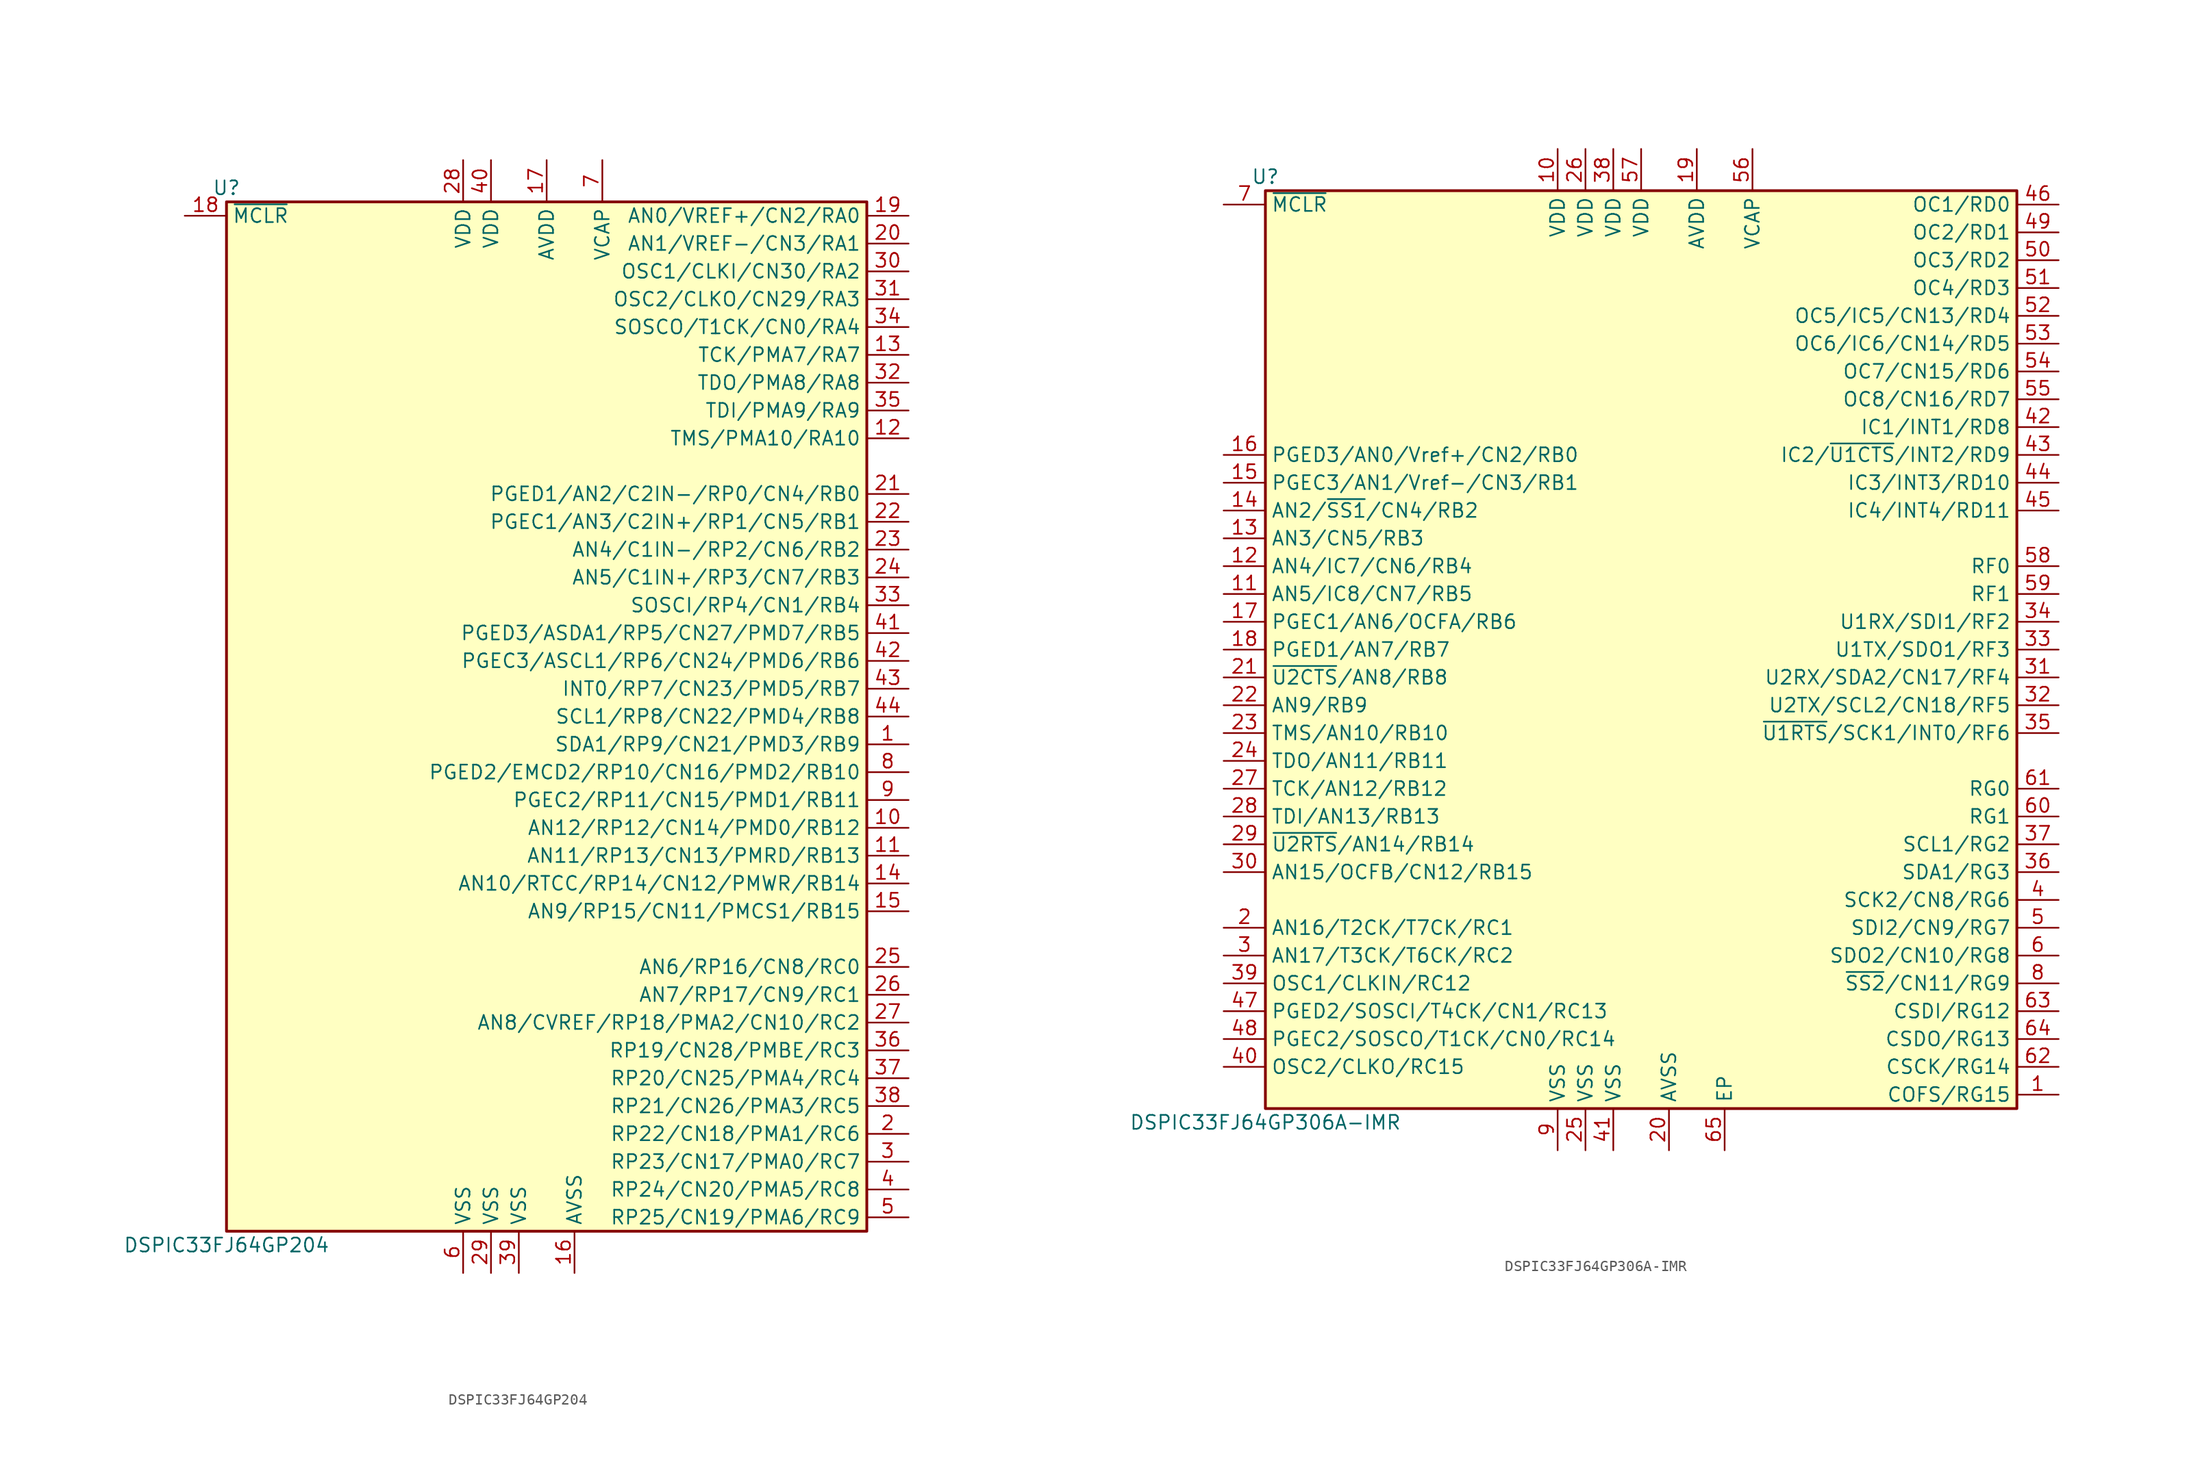
<source format=kicad_sym>
(kicad_symbol_lib
  (version 20241209)
  (generator "kicad_symbol_editor")
  (generator_version "9.0")
  (symbol "DSPIC33FJ64GP204"
    (property "Reference" "U"
      (at -29.21 48.26 0)
      (effects (font (size 1.27 1.27))))
    (property "Value" "DSPIC33FJ64GP204"
      (at -29.21 -48.26 0)
      (effects (font (size 1.27 1.27))))
    (symbol "DSPIC33FJ64GP204_1_1"
      (rectangle (start -29.21 46.99) (end 29.21 -46.99) (stroke (width 0.254) (type default)) (fill (type background)))
      (pin input line (at -33.02 45.72 0) (length 3.81) (name "~{MCLR}" (effects (font (size 1.27 1.27)))) (number "18" (effects (font (size 1.27 1.27)))))
      (pin power_in line (at -7.62 50.8 270) (length 3.81) (name "VDD" (effects (font (size 1.27 1.27)))) (number "28" (effects (font (size 1.27 1.27)))))
      (pin power_in line (at -7.62 -50.8 90) (length 3.81) (name "VSS" (effects (font (size 1.27 1.27)))) (number "6" (effects (font (size 1.27 1.27)))))
      (pin power_in line (at -5.08 50.8 270) (length 3.81) (name "VDD" (effects (font (size 1.27 1.27)))) (number "40" (effects (font (size 1.27 1.27)))))
      (pin power_in line (at -5.08 -50.8 90) (length 3.81) (name "VSS" (effects (font (size 1.27 1.27)))) (number "29" (effects (font (size 1.27 1.27)))))
      (pin power_in line (at -2.54 -50.8 90) (length 3.81) (name "VSS" (effects (font (size 1.27 1.27)))) (number "39" (effects (font (size 1.27 1.27)))))
      (pin power_in line (at 0 50.8 270) (length 3.81) (name "AVDD" (effects (font (size 1.27 1.27)))) (number "17" (effects (font (size 1.27 1.27)))))
      (pin power_in line (at 2.54 -50.8 90) (length 3.81) (name "AVSS" (effects (font (size 1.27 1.27)))) (number "16" (effects (font (size 1.27 1.27)))))
      (pin power_in line (at 5.08 50.8 270) (length 3.81) (name "VCAP" (effects (font (size 1.27 1.27)))) (number "7" (effects (font (size 1.27 1.27)))))
      (pin bidirectional line (at 33.02 45.72 180) (length 3.81) (name "AN0/VREF+/CN2/RA0" (effects (font (size 1.27 1.27)))) (number "19" (effects (font (size 1.27 1.27)))))
      (pin bidirectional line (at 33.02 43.18 180) (length 3.81) (name "AN1/VREF-/CN3/RA1" (effects (font (size 1.27 1.27)))) (number "20" (effects (font (size 1.27 1.27)))))
      (pin input line (at 33.02 40.64 180) (length 3.81) (name "OSC1/CLKI/CN30/RA2" (effects (font (size 1.27 1.27)))) (number "30" (effects (font (size 1.27 1.27)))))
      (pin input line (at 33.02 38.1 180) (length 3.81) (name "OSC2/CLKO/CN29/RA3" (effects (font (size 1.27 1.27)))) (number "31" (effects (font (size 1.27 1.27)))))
      (pin input line (at 33.02 35.56 180) (length 3.81) (name "SOSCO/T1CK/CN0/RA4" (effects (font (size 1.27 1.27)))) (number "34" (effects (font (size 1.27 1.27)))))
      (pin bidirectional line (at 33.02 33.02 180) (length 3.81) (name "TCK/PMA7/RA7" (effects (font (size 1.27 1.27)))) (number "13" (effects (font (size 1.27 1.27)))))
      (pin input line (at 33.02 30.48 180) (length 3.81) (name "TDO/PMA8/RA8" (effects (font (size 1.27 1.27)))) (number "32" (effects (font (size 1.27 1.27)))))
      (pin input line (at 33.02 27.94 180) (length 3.81) (name "TDI/PMA9/RA9" (effects (font (size 1.27 1.27)))) (number "35" (effects (font (size 1.27 1.27)))))
      (pin bidirectional line (at 33.02 25.4 180) (length 3.81) (name "TMS/PMA10/RA10" (effects (font (size 1.27 1.27)))) (number "12" (effects (font (size 1.27 1.27)))))
      (pin bidirectional line (at 33.02 20.32 180) (length 3.81) (name "PGED1/AN2/C2IN-/RP0/CN4/RB0" (effects (font (size 1.27 1.27)))) (number "21" (effects (font (size 1.27 1.27)))))
      (pin bidirectional line (at 33.02 17.78 180) (length 3.81) (name "PGEC1/AN3/C2IN+/RP1/CN5/RB1" (effects (font (size 1.27 1.27)))) (number "22" (effects (font (size 1.27 1.27)))))
      (pin bidirectional line (at 33.02 15.24 180) (length 3.81) (name "AN4/C1IN-/RP2/CN6/RB2" (effects (font (size 1.27 1.27)))) (number "23" (effects (font (size 1.27 1.27)))))
      (pin bidirectional line (at 33.02 12.7 180) (length 3.81) (name "AN5/C1IN+/RP3/CN7/RB3" (effects (font (size 1.27 1.27)))) (number "24" (effects (font (size 1.27 1.27)))))
      (pin input line (at 33.02 10.16 180) (length 3.81) (name "SOSCI/RP4/CN1/RB4" (effects (font (size 1.27 1.27)))) (number "33" (effects (font (size 1.27 1.27)))))
      (pin input line (at 33.02 7.62 180) (length 3.81) (name "PGED3/ASDA1/RP5/CN27/PMD7/RB5" (effects (font (size 1.27 1.27)))) (number "41" (effects (font (size 1.27 1.27)))))
      (pin input line (at 33.02 5.08 180) (length 3.81) (name "PGEC3/ASCL1/RP6/CN24/PMD6/RB6" (effects (font (size 1.27 1.27)))) (number "42" (effects (font (size 1.27 1.27)))))
      (pin input line (at 33.02 2.54 180) (length 3.81) (name "INT0/RP7/CN23/PMD5/RB7" (effects (font (size 1.27 1.27)))) (number "43" (effects (font (size 1.27 1.27)))))
      (pin input line (at 33.02 0 180) (length 3.81) (name "SCL1/RP8/CN22/PMD4/RB8" (effects (font (size 1.27 1.27)))) (number "44" (effects (font (size 1.27 1.27)))))
      (pin bidirectional line (at 33.02 -2.54 180) (length 3.81) (name "SDA1/RP9/CN21/PMD3/RB9" (effects (font (size 1.27 1.27)))) (number "1" (effects (font (size 1.27 1.27)))))
      (pin bidirectional line (at 33.02 -5.08 180) (length 3.81) (name "PGED2/EMCD2/RP10/CN16/PMD2/RB10" (effects (font (size 1.27 1.27)))) (number "8" (effects (font (size 1.27 1.27)))))
      (pin bidirectional line (at 33.02 -7.62 180) (length 3.81) (name "PGEC2/RP11/CN15/PMD1/RB11" (effects (font (size 1.27 1.27)))) (number "9" (effects (font (size 1.27 1.27)))))
      (pin bidirectional line (at 33.02 -10.16 180) (length 3.81) (name "AN12/RP12/CN14/PMD0/RB12" (effects (font (size 1.27 1.27)))) (number "10" (effects (font (size 1.27 1.27)))))
      (pin bidirectional line (at 33.02 -12.7 180) (length 3.81) (name "AN11/RP13/CN13/PMRD/RB13" (effects (font (size 1.27 1.27)))) (number "11" (effects (font (size 1.27 1.27)))))
      (pin bidirectional line (at 33.02 -15.24 180) (length 3.81) (name "AN10/RTCC/RP14/CN12/PMWR/RB14" (effects (font (size 1.27 1.27)))) (number "14" (effects (font (size 1.27 1.27)))))
      (pin bidirectional line (at 33.02 -17.78 180) (length 3.81) (name "AN9/RP15/CN11/PMCS1/RB15" (effects (font (size 1.27 1.27)))) (number "15" (effects (font (size 1.27 1.27)))))
      (pin bidirectional line (at 33.02 -22.86 180) (length 3.81) (name "AN6/RP16/CN8/RC0" (effects (font (size 1.27 1.27)))) (number "25" (effects (font (size 1.27 1.27)))))
      (pin bidirectional line (at 33.02 -25.4 180) (length 3.81) (name "AN7/RP17/CN9/RC1" (effects (font (size 1.27 1.27)))) (number "26" (effects (font (size 1.27 1.27)))))
      (pin bidirectional line (at 33.02 -27.94 180) (length 3.81) (name "AN8/CVREF/RP18/PMA2/CN10/RC2" (effects (font (size 1.27 1.27)))) (number "27" (effects (font (size 1.27 1.27)))))
      (pin input line (at 33.02 -30.48 180) (length 3.81) (name "RP19/CN28/PMBE/RC3" (effects (font (size 1.27 1.27)))) (number "36" (effects (font (size 1.27 1.27)))))
      (pin input line (at 33.02 -33.02 180) (length 3.81) (name "RP20/CN25/PMA4/RC4" (effects (font (size 1.27 1.27)))) (number "37" (effects (font (size 1.27 1.27)))))
      (pin input line (at 33.02 -35.56 180) (length 3.81) (name "RP21/CN26/PMA3/RC5" (effects (font (size 1.27 1.27)))) (number "38" (effects (font (size 1.27 1.27)))))
      (pin bidirectional line (at 33.02 -38.1 180) (length 3.81) (name "RP22/CN18/PMA1/RC6" (effects (font (size 1.27 1.27)))) (number "2" (effects (font (size 1.27 1.27)))))
      (pin bidirectional line (at 33.02 -40.64 180) (length 3.81) (name "RP23/CN17/PMA0/RC7" (effects (font (size 1.27 1.27)))) (number "3" (effects (font (size 1.27 1.27)))))
      (pin bidirectional line (at 33.02 -43.18 180) (length 3.81) (name "RP24/CN20/PMA5/RC8" (effects (font (size 1.27 1.27)))) (number "4" (effects (font (size 1.27 1.27)))))
      (pin bidirectional line (at 33.02 -45.72 180) (length 3.81) (name "RP25/CN19/PMA6/RC9" (effects (font (size 1.27 1.27)))) (number "5" (effects (font (size 1.27 1.27)))))))
  (symbol "DSPIC33FJ64GP306A-IMR"
    (property "Reference" "U"
      (at -34.29 43.18 0)
      (effects (font (size 1.27 1.27))))
    (property "Value" "DSPIC33FJ64GP306A-IMR"
      (at -34.29 -43.18 0)
      (effects (font (size 1.27 1.27))))
    (symbol "DSPIC33FJ64GP306A-IMR_1_1"
      (rectangle (start -34.29 41.91) (end 34.29 -41.91) (stroke (width 0.254) (type default)) (fill (type background)))
      (pin input line (at -38.1 40.64 0) (length 3.81) (name "~{MCLR}" (effects (font (size 1.27 1.27)))) (number "7" (effects (font (size 1.27 1.27)))))
      (pin bidirectional line (at -38.1 17.78 0) (length 3.81) (name "PGED3/AN0/Vref+/CN2/RB0" (effects (font (size 1.27 1.27)))) (number "16" (effects (font (size 1.27 1.27)))))
      (pin bidirectional line (at -38.1 15.24 0) (length 3.81) (name "PGEC3/AN1/Vref-/CN3/RB1" (effects (font (size 1.27 1.27)))) (number "15" (effects (font (size 1.27 1.27)))))
      (pin bidirectional line (at -38.1 12.7 0) (length 3.81) (name "AN2/~{SS1}/CN4/RB2" (effects (font (size 1.27 1.27)))) (number "14" (effects (font (size 1.27 1.27)))))
      (pin bidirectional line (at -38.1 10.16 0) (length 3.81) (name "AN3/CN5/RB3" (effects (font (size 1.27 1.27)))) (number "13" (effects (font (size 1.27 1.27)))))
      (pin input line (at -38.1 7.62 0) (length 3.81) (name "AN4/IC7/CN6/RB4" (effects (font (size 1.27 1.27)))) (number "12" (effects (font (size 1.27 1.27)))))
      (pin input line (at -38.1 5.08 0) (length 3.81) (name "AN5/IC8/CN7/RB5" (effects (font (size 1.27 1.27)))) (number "11" (effects (font (size 1.27 1.27)))))
      (pin input line (at -38.1 2.54 0) (length 3.81) (name "PGEC1/AN6/OCFA/RB6" (effects (font (size 1.27 1.27)))) (number "17" (effects (font (size 1.27 1.27)))))
      (pin input line (at -38.1 0 0) (length 3.81) (name "PGED1/AN7/RB7" (effects (font (size 1.27 1.27)))) (number "18" (effects (font (size 1.27 1.27)))))
      (pin input line (at -38.1 -2.54 0) (length 3.81) (name "~{U2CTS}/AN8/RB8" (effects (font (size 1.27 1.27)))) (number "21" (effects (font (size 1.27 1.27)))))
      (pin bidirectional line (at -38.1 -5.08 0) (length 3.81) (name "AN9/RB9" (effects (font (size 1.27 1.27)))) (number "22" (effects (font (size 1.27 1.27)))))
      (pin bidirectional line (at -38.1 -7.62 0) (length 3.81) (name "TMS/AN10/RB10" (effects (font (size 1.27 1.27)))) (number "23" (effects (font (size 1.27 1.27)))))
      (pin bidirectional line (at -38.1 -10.16 0) (length 3.81) (name "TDO/AN11/RB11" (effects (font (size 1.27 1.27)))) (number "24" (effects (font (size 1.27 1.27)))))
      (pin bidirectional line (at -38.1 -12.7 0) (length 3.81) (name "TCK/AN12/RB12" (effects (font (size 1.27 1.27)))) (number "27" (effects (font (size 1.27 1.27)))))
      (pin bidirectional line (at -38.1 -15.24 0) (length 3.81) (name "TDI/AN13/RB13" (effects (font (size 1.27 1.27)))) (number "28" (effects (font (size 1.27 1.27)))))
      (pin bidirectional line (at -38.1 -17.78 0) (length 3.81) (name "~{U2RTS}/AN14/RB14" (effects (font (size 1.27 1.27)))) (number "29" (effects (font (size 1.27 1.27)))))
      (pin bidirectional line (at -38.1 -20.32 0) (length 3.81) (name "AN15/OCFB/CN12/RB15" (effects (font (size 1.27 1.27)))) (number "30" (effects (font (size 1.27 1.27)))))
      (pin bidirectional line (at -38.1 -25.4 0) (length 3.81) (name "AN16/T2CK/T7CK/RC1" (effects (font (size 1.27 1.27)))) (number "2" (effects (font (size 1.27 1.27)))))
      (pin bidirectional line (at -38.1 -27.94 0) (length 3.81) (name "AN17/T3CK/T6CK/RC2" (effects (font (size 1.27 1.27)))) (number "3" (effects (font (size 1.27 1.27)))))
      (pin bidirectional line (at -38.1 -30.48 0) (length 3.81) (name "OSC1/CLKIN/RC12" (effects (font (size 1.27 1.27)))) (number "39" (effects (font (size 1.27 1.27)))))
      (pin bidirectional line (at -38.1 -33.02 0) (length 3.81) (name "PGED2/SOSCI/T4CK/CN1/RC13" (effects (font (size 1.27 1.27)))) (number "47" (effects (font (size 1.27 1.27)))))
      (pin bidirectional line (at -38.1 -35.56 0) (length 3.81) (name "PGEC2/SOSCO/T1CK/CN0/RC14" (effects (font (size 1.27 1.27)))) (number "48" (effects (font (size 1.27 1.27)))))
      (pin bidirectional line (at -38.1 -38.1 0) (length 3.81) (name "OSC2/CLKO/RC15" (effects (font (size 1.27 1.27)))) (number "40" (effects (font (size 1.27 1.27)))))
      (pin power_in line (at -7.62 45.72 270) (length 3.81) (name "VDD" (effects (font (size 1.27 1.27)))) (number "10" (effects (font (size 1.27 1.27)))))
      (pin power_in line (at -7.62 -45.72 90) (length 3.81) (name "VSS" (effects (font (size 1.27 1.27)))) (number "9" (effects (font (size 1.27 1.27)))))
      (pin power_in line (at -5.08 45.72 270) (length 3.81) (name "VDD" (effects (font (size 1.27 1.27)))) (number "26" (effects (font (size 1.27 1.27)))))
      (pin power_in line (at -5.08 -45.72 90) (length 3.81) (name "VSS" (effects (font (size 1.27 1.27)))) (number "25" (effects (font (size 1.27 1.27)))))
      (pin power_in line (at -2.54 45.72 270) (length 3.81) (name "VDD" (effects (font (size 1.27 1.27)))) (number "38" (effects (font (size 1.27 1.27)))))
      (pin power_in line (at -2.54 -45.72 90) (length 3.81) (name "VSS" (effects (font (size 1.27 1.27)))) (number "41" (effects (font (size 1.27 1.27)))))
      (pin power_in line (at 0 45.72 270) (length 3.81) (name "VDD" (effects (font (size 1.27 1.27)))) (number "57" (effects (font (size 1.27 1.27)))))
      (pin power_in line (at 2.54 -45.72 90) (length 3.81) (name "AVSS" (effects (font (size 1.27 1.27)))) (number "20" (effects (font (size 1.27 1.27)))))
      (pin power_in line (at 5.08 45.72 270) (length 3.81) (name "AVDD" (effects (font (size 1.27 1.27)))) (number "19" (effects (font (size 1.27 1.27)))))
      (pin power_in line (at 7.62 -45.72 90) (length 3.81) (name "EP" (effects (font (size 1.27 1.27)))) (number "65" (effects (font (size 1.27 1.27)))))
      (pin power_in line (at 10.16 45.72 270) (length 3.81) (name "VCAP" (effects (font (size 1.27 1.27)))) (number "56" (effects (font (size 1.27 1.27)))))
      (pin bidirectional line (at 38.1 40.64 180) (length 3.81) (name "OC1/RD0" (effects (font (size 1.27 1.27)))) (number "46" (effects (font (size 1.27 1.27)))))
      (pin bidirectional line (at 38.1 38.1 180) (length 3.81) (name "OC2/RD1" (effects (font (size 1.27 1.27)))) (number "49" (effects (font (size 1.27 1.27)))))
      (pin bidirectional line (at 38.1 35.56 180) (length 3.81) (name "OC3/RD2" (effects (font (size 1.27 1.27)))) (number "50" (effects (font (size 1.27 1.27)))))
      (pin bidirectional line (at 38.1 33.02 180) (length 3.81) (name "OC4/RD3" (effects (font (size 1.27 1.27)))) (number "51" (effects (font (size 1.27 1.27)))))
      (pin bidirectional line (at 38.1 30.48 180) (length 3.81) (name "OC5/IC5/CN13/RD4" (effects (font (size 1.27 1.27)))) (number "52" (effects (font (size 1.27 1.27)))))
      (pin bidirectional line (at 38.1 27.94 180) (length 3.81) (name "OC6/IC6/CN14/RD5" (effects (font (size 1.27 1.27)))) (number "53" (effects (font (size 1.27 1.27)))))
      (pin bidirectional line (at 38.1 25.4 180) (length 3.81) (name "OC7/CN15/RD6" (effects (font (size 1.27 1.27)))) (number "54" (effects (font (size 1.27 1.27)))))
      (pin bidirectional line (at 38.1 22.86 180) (length 3.81) (name "OC8/CN16/RD7" (effects (font (size 1.27 1.27)))) (number "55" (effects (font (size 1.27 1.27)))))
      (pin bidirectional line (at 38.1 20.32 180) (length 3.81) (name "IC1/INT1/RD8" (effects (font (size 1.27 1.27)))) (number "42" (effects (font (size 1.27 1.27)))))
      (pin bidirectional line (at 38.1 17.78 180) (length 3.81) (name "IC2/~{U1CTS}/INT2/RD9" (effects (font (size 1.27 1.27)))) (number "43" (effects (font (size 1.27 1.27)))))
      (pin bidirectional line (at 38.1 15.24 180) (length 3.81) (name "IC3/INT3/RD10" (effects (font (size 1.27 1.27)))) (number "44" (effects (font (size 1.27 1.27)))))
      (pin bidirectional line (at 38.1 12.7 180) (length 3.81) (name "IC4/INT4/RD11" (effects (font (size 1.27 1.27)))) (number "45" (effects (font (size 1.27 1.27)))))
      (pin bidirectional line (at 38.1 7.62 180) (length 3.81) (name "RF0" (effects (font (size 1.27 1.27)))) (number "58" (effects (font (size 1.27 1.27)))))
      (pin bidirectional line (at 38.1 5.08 180) (length 3.81) (name "RF1" (effects (font (size 1.27 1.27)))) (number "59" (effects (font (size 1.27 1.27)))))
      (pin bidirectional line (at 38.1 2.54 180) (length 3.81) (name "U1RX/SDI1/RF2" (effects (font (size 1.27 1.27)))) (number "34" (effects (font (size 1.27 1.27)))))
      (pin bidirectional line (at 38.1 0 180) (length 3.81) (name "U1TX/SDO1/RF3" (effects (font (size 1.27 1.27)))) (number "33" (effects (font (size 1.27 1.27)))))
      (pin bidirectional line (at 38.1 -2.54 180) (length 3.81) (name "U2RX/SDA2/CN17/RF4" (effects (font (size 1.27 1.27)))) (number "31" (effects (font (size 1.27 1.27)))))
      (pin bidirectional line (at 38.1 -5.08 180) (length 3.81) (name "U2TX/SCL2/CN18/RF5" (effects (font (size 1.27 1.27)))) (number "32" (effects (font (size 1.27 1.27)))))
      (pin bidirectional line (at 38.1 -7.62 180) (length 3.81) (name "~{U1RTS}/SCK1/INT0/RF6" (effects (font (size 1.27 1.27)))) (number "35" (effects (font (size 1.27 1.27)))))
      (pin bidirectional line (at 38.1 -12.7 180) (length 3.81) (name "RG0" (effects (font (size 1.27 1.27)))) (number "61" (effects (font (size 1.27 1.27)))))
      (pin bidirectional line (at 38.1 -15.24 180) (length 3.81) (name "RG1" (effects (font (size 1.27 1.27)))) (number "60" (effects (font (size 1.27 1.27)))))
      (pin bidirectional line (at 38.1 -17.78 180) (length 3.81) (name "SCL1/RG2" (effects (font (size 1.27 1.27)))) (number "37" (effects (font (size 1.27 1.27)))))
      (pin bidirectional line (at 38.1 -20.32 180) (length 3.81) (name "SDA1/RG3" (effects (font (size 1.27 1.27)))) (number "36" (effects (font (size 1.27 1.27)))))
      (pin bidirectional line (at 38.1 -22.86 180) (length 3.81) (name "SCK2/CN8/RG6" (effects (font (size 1.27 1.27)))) (number "4" (effects (font (size 1.27 1.27)))))
      (pin bidirectional line (at 38.1 -25.4 180) (length 3.81) (name "SDI2/CN9/RG7" (effects (font (size 1.27 1.27)))) (number "5" (effects (font (size 1.27 1.27)))))
      (pin bidirectional line (at 38.1 -27.94 180) (length 3.81) (name "SDO2/CN10/RG8" (effects (font (size 1.27 1.27)))) (number "6" (effects (font (size 1.27 1.27)))))
      (pin bidirectional line (at 38.1 -30.48 180) (length 3.81) (name "~{SS2}/CN11/RG9" (effects (font (size 1.27 1.27)))) (number "8" (effects (font (size 1.27 1.27)))))
      (pin bidirectional line (at 38.1 -33.02 180) (length 3.81) (name "CSDI/RG12" (effects (font (size 1.27 1.27)))) (number "63" (effects (font (size 1.27 1.27)))))
      (pin bidirectional line (at 38.1 -35.56 180) (length 3.81) (name "CSDO/RG13" (effects (font (size 1.27 1.27)))) (number "64" (effects (font (size 1.27 1.27)))))
      (pin bidirectional line (at 38.1 -38.1 180) (length 3.81) (name "CSCK/RG14" (effects (font (size 1.27 1.27)))) (number "62" (effects (font (size 1.27 1.27)))))
      (pin bidirectional line (at 38.1 -40.64 180) (length 3.81) (name "COFS/RG15" (effects (font (size 1.27 1.27)))) (number "1" (effects (font (size 1.27 1.27))))))))
</source>
